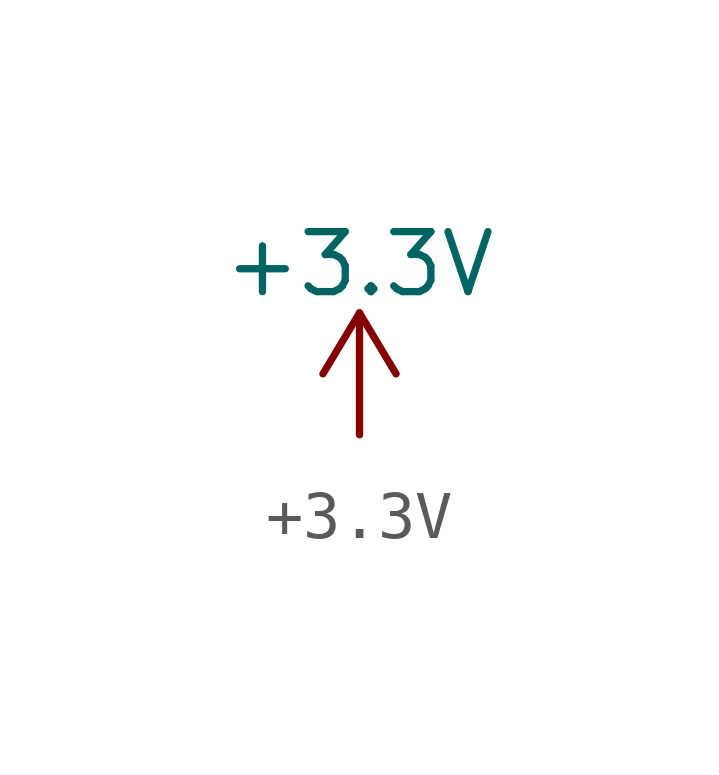
<source format=kicad_sym>
(kicad_symbol_lib
  (version 20231120)
  (generator "kicad_symbol_editor")
  (generator_version "8.0")
  (symbol "+3.3V"
    (power)
    (pin_numbers hide)
    (pin_names
      (offset 0) hide)
    (property "Reference" "#PWR"
      (at 0 -13 0)
      (effects (font (size 1.25 1.25)) (hide yes)))
    (property "Value" "+3.3V"
      (at 0 3.556 0)
      (do_not_autoplace)
      (effects (font (size 1.25 1.25))))
    (symbol "+3.3V_0_1"
      (polyline (pts (xy -0.762 1.27) (xy 0 2.54)) (stroke (width 0) (type default)) (fill (type none)))
      (polyline (pts (xy 0 0) (xy 0 2.54)) (stroke (width 0) (type default)) (fill (type none)))
      (polyline (pts (xy 0 2.54) (xy 0.762 1.27)) (stroke (width 0) (type default)) (fill (type none))))
    (symbol "+3.3V_1_1"
      (pin power_in line (at 0 0 90) (length 0) hide (name "+3.3V" (effects (font (size 1.25 1.25)))) (number "1" (effects (font (size 1.25 1.25))))))))
</source>
